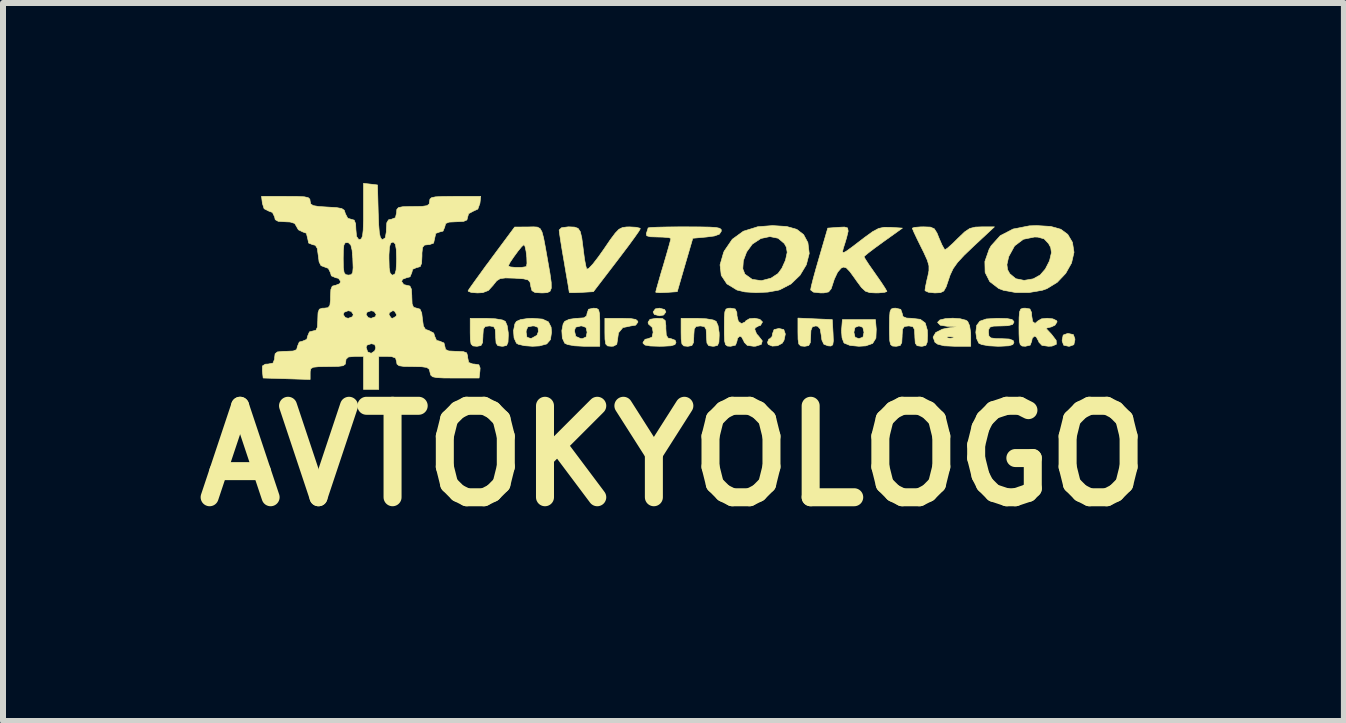
<source format=kicad_pcb>
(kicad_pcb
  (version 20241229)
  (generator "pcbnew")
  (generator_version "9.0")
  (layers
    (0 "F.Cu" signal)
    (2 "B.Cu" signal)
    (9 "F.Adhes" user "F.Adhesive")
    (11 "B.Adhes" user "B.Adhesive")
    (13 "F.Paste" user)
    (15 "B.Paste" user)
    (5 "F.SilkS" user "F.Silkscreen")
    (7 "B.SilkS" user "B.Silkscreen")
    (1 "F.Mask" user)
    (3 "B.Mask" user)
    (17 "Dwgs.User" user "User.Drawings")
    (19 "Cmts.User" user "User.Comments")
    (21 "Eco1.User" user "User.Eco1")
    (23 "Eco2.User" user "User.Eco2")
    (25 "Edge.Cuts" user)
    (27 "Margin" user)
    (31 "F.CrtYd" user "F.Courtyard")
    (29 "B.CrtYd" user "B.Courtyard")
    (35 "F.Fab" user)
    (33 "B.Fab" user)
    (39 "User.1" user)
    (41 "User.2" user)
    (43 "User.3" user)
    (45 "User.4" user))
  (footprint "AVTOKYOLOGO"
    (layer "F.Cu")
    (at 8.172 1.746)
    (property "Reference" "AVTOKYOLOGO" (at 0 2.8 0) (layer "F.SilkS") (effects (font (size 1.524 1.524) (thickness 0.3))))
    (attr through_hole)
    (fp_poly (pts (xy -0.148 0.361) (xy -0.127 0.402) (xy -0.164 0.453) (xy -0.233 0.466) (xy -0.318 0.444) (xy -0.339 0.402) (xy -0.302 0.351) (xy -0.233 0.339) (xy -0.148 0.361)) (stroke (width 0.01) (type solid)) (fill yes) (layer "F.SilkS"))
    (fp_poly (pts (xy 6.663 0.779) (xy 6.688 0.848) (xy 6.689 0.868) (xy 6.671 0.948) (xy 6.602 0.973) (xy 6.583 0.974) (xy 6.502 0.956) (xy 6.477 0.887) (xy 6.477 0.868) (xy 6.494 0.787) (xy 6.563 0.762) (xy 6.583 0.762) (xy 6.663 0.779)) (stroke (width 0.01) (type solid)) (fill yes) (layer "F.SilkS"))
    (fp_poly (pts (xy 1.838 0.696) (xy 1.862 0.764) (xy 1.863 0.775) (xy 1.842 0.874) (xy 1.812 0.923) (xy 1.734 0.965) (xy 1.646 0.971) (xy 1.58 0.944) (xy 1.566 0.91) (xy 1.589 0.854) (xy 1.609 0.847) (xy 1.643 0.811) (xy 1.651 0.762) (xy 1.676 0.696) (xy 1.757 0.677) (xy 1.838 0.696)) (stroke (width 0.01) (type solid)) (fill yes) (layer "F.SilkS"))
    (fp_poly (pts (xy -0.713 0.512) (xy -0.628 0.527) (xy -0.595 0.557) (xy -0.593 0.572) (xy -0.63 0.622) (xy -0.711 0.635) (xy -0.844 0.663) (xy -0.916 0.75) (xy -0.931 0.855) (xy -0.945 0.942) (xy -1 0.972) (xy -1.037 0.974) (xy -1.098 0.968) (xy -1.129 0.936) (xy -1.141 0.857) (xy -1.143 0.741) (xy -1.143 0.508) (xy -0.868 0.508) (xy -0.713 0.512)) (stroke (width 0.01) (type solid)) (fill yes) (layer "F.SilkS"))
    (fp_poly (pts (xy 3.379 0.691) (xy 3.373 0.838) (xy 3.319 0.926) (xy 3.205 0.967) (xy 3.09 0.974) (xy 2.942 0.96) (xy 2.849 0.923) (xy 2.839 0.913) (xy 2.809 0.833) (xy 2.802 0.741) (xy 3.006 0.741) (xy 3.026 0.824) (xy 3.09 0.847) (xy 3.157 0.822) (xy 3.175 0.741) (xy 3.155 0.658) (xy 3.09 0.635) (xy 3.024 0.66) (xy 3.006 0.741) (xy 2.802 0.741) (xy 2.8 0.714) (xy 2.802 0.691) (xy 2.815 0.529) (xy 3.365 0.529) (xy 3.379 0.691)) (stroke (width 0.01) (type solid)) (fill yes) (layer "F.SilkS"))
    (fp_poly (pts (xy 2.36 0.517) (xy 2.646 0.529) (xy 2.659 0.755) (xy 2.664 0.885) (xy 2.654 0.95) (xy 2.622 0.97) (xy 2.574 0.966) (xy 2.506 0.94) (xy 2.473 0.87) (xy 2.463 0.794) (xy 2.444 0.685) (xy 2.403 0.64) (xy 2.368 0.635) (xy 2.314 0.65) (xy 2.29 0.71) (xy 2.286 0.804) (xy 2.28 0.913) (xy 2.253 0.962) (xy 2.189 0.974) (xy 2.18 0.974) (xy 2.12 0.968) (xy 2.088 0.936) (xy 2.076 0.858) (xy 2.074 0.739) (xy 2.074 0.504) (xy 2.36 0.517)) (stroke (width 0.01) (type solid)) (fill yes) (layer "F.SilkS"))
    (fp_poly (pts (xy -0.18 0.513) (xy -0.138 0.545) (xy -0.127 0.627) (xy -0.127 0.677) (xy -0.12 0.788) (xy -0.091 0.837) (xy -0.042 0.847) (xy 0.027 0.873) (xy 0.042 0.91) (xy 0.024 0.946) (xy -0.042 0.966) (xy -0.17 0.973) (xy -0.233 0.974) (xy -0.387 0.969) (xy -0.473 0.954) (xy -0.506 0.925) (xy -0.508 0.91) (xy -0.473 0.858) (xy -0.423 0.847) (xy -0.357 0.822) (xy -0.339 0.741) (xy -0.353 0.661) (xy -0.381 0.635) (xy -0.419 0.601) (xy -0.423 0.572) (xy -0.391 0.525) (xy -0.289 0.508) (xy -0.275 0.508) (xy -0.18 0.513)) (stroke (width 0.01) (type solid)) (fill yes) (layer "F.SilkS"))
    (fp_poly (pts (xy -2.967 0.516) (xy -2.85 0.536) (xy -2.802 0.559) (xy -2.771 0.631) (xy -2.753 0.748) (xy -2.752 0.792) (xy -2.757 0.906) (xy -2.78 0.959) (xy -2.836 0.973) (xy -2.857 0.974) (xy -2.926 0.964) (xy -2.956 0.921) (xy -2.963 0.819) (xy -2.963 0.804) (xy -2.969 0.695) (xy -2.996 0.647) (xy -3.06 0.635) (xy -3.069 0.635) (xy -3.137 0.644) (xy -3.168 0.688) (xy -3.175 0.79) (xy -3.175 0.804) (xy -3.181 0.913) (xy -3.208 0.962) (xy -3.272 0.974) (xy -3.281 0.974) (xy -3.341 0.968) (xy -3.373 0.936) (xy -3.385 0.857) (xy -3.387 0.741) (xy -3.387 0.508) (xy -3.12 0.508) (xy -2.967 0.516)) (stroke (width 0.01) (type solid)) (fill yes) (layer "F.SilkS"))
    (fp_poly (pts (xy -2.183 0.521) (xy -2.084 0.567) (xy -2.039 0.655) (xy -2.032 0.741) (xy -2.05 0.863) (xy -2.112 0.935) (xy -2.233 0.968) (xy -2.349 0.974) (xy -2.484 0.964) (xy -2.586 0.94) (xy -2.616 0.923) (xy -2.656 0.836) (xy -2.663 0.744) (xy -2.455 0.744) (xy -2.442 0.823) (xy -2.386 0.842) (xy -2.36 0.839) (xy -2.275 0.791) (xy -2.251 0.73) (xy -2.257 0.659) (xy -2.317 0.636) (xy -2.347 0.635) (xy -2.428 0.651) (xy -2.455 0.717) (xy -2.455 0.744) (xy -2.663 0.744) (xy -2.665 0.714) (xy -2.643 0.601) (xy -2.616 0.559) (xy -2.547 0.529) (xy -2.426 0.511) (xy -2.349 0.508) (xy -2.183 0.521)) (stroke (width 0.01) (type solid)) (fill yes) (layer "F.SilkS"))
    (fp_poly (pts (xy 0.547 0.516) (xy 0.663 0.536) (xy 0.711 0.559) (xy 0.743 0.631) (xy 0.761 0.748) (xy 0.762 0.792) (xy 0.757 0.906) (xy 0.734 0.959) (xy 0.678 0.973) (xy 0.656 0.974) (xy 0.588 0.964) (xy 0.558 0.921) (xy 0.55 0.819) (xy 0.55 0.804) (xy 0.545 0.695) (xy 0.517 0.647) (xy 0.454 0.635) (xy 0.445 0.635) (xy 0.376 0.644) (xy 0.346 0.688) (xy 0.339 0.79) (xy 0.339 0.804) (xy 0.333 0.913) (xy 0.306 0.962) (xy 0.242 0.974) (xy 0.233 0.974) (xy 0.172 0.968) (xy 0.141 0.936) (xy 0.129 0.857) (xy 0.127 0.741) (xy 0.127 0.508) (xy 0.394 0.508) (xy 0.547 0.516)) (stroke (width 0.01) (type solid)) (fill yes) (layer "F.SilkS"))
    (fp_poly (pts (xy 4.777 0.515) (xy 4.873 0.54) (xy 4.902 0.559) (xy 4.934 0.631) (xy 4.952 0.748) (xy 4.953 0.792) (xy 4.953 0.974) (xy 4.683 0.974) (xy 4.509 0.966) (xy 4.402 0.939) (xy 4.357 0.907) (xy 4.331 0.834) (xy 4.556 0.834) (xy 4.614 0.84) (xy 4.674 0.833) (xy 4.667 0.819) (xy 4.581 0.813) (xy 4.561 0.819) (xy 4.556 0.834) (xy 4.331 0.834) (xy 4.326 0.821) (xy 4.37 0.745) (xy 4.481 0.689) (xy 4.555 0.673) (xy 4.72 0.647) (xy 4.561 0.641) (xy 4.446 0.623) (xy 4.403 0.579) (xy 4.403 0.572) (xy 4.44 0.535) (xy 4.533 0.513) (xy 4.655 0.506) (xy 4.777 0.515)) (stroke (width 0.01) (type solid)) (fill yes) (layer "F.SilkS"))
    (fp_poly (pts (xy 5.558 0.512) (xy 5.641 0.528) (xy 5.671 0.56) (xy 5.673 0.572) (xy 5.65 0.611) (xy 5.572 0.631) (xy 5.461 0.635) (xy 5.335 0.638) (xy 5.273 0.656) (xy 5.251 0.698) (xy 5.249 0.741) (xy 5.256 0.804) (xy 5.291 0.835) (xy 5.376 0.846) (xy 5.461 0.847) (xy 5.594 0.853) (xy 5.659 0.877) (xy 5.673 0.91) (xy 5.654 0.946) (xy 5.587 0.966) (xy 5.456 0.973) (xy 5.406 0.974) (xy 5.253 0.966) (xy 5.136 0.945) (xy 5.088 0.923) (xy 5.052 0.846) (xy 5.038 0.741) (xy 5.052 0.626) (xy 5.105 0.556) (xy 5.211 0.519) (xy 5.384 0.508) (xy 5.406 0.508) (xy 5.558 0.512)) (stroke (width 0.01) (type solid)) (fill yes) (layer "F.SilkS"))
    (fp_poly (pts (xy -1.28 0.343) (xy -1.248 0.366) (xy -1.233 0.428) (xy -1.228 0.545) (xy -1.228 0.656) (xy -1.228 0.974) (xy -1.494 0.974) (xy -1.648 0.966) (xy -1.764 0.945) (xy -1.812 0.923) (xy -1.852 0.836) (xy -1.86 0.714) (xy -1.86 0.713) (xy -1.651 0.713) (xy -1.628 0.809) (xy -1.548 0.845) (xy -1.517 0.847) (xy -1.455 0.818) (xy -1.439 0.741) (xy -1.457 0.66) (xy -1.526 0.635) (xy -1.545 0.635) (xy -1.63 0.656) (xy -1.651 0.713) (xy -1.86 0.713) (xy -1.838 0.601) (xy -1.812 0.559) (xy -1.738 0.525) (xy -1.623 0.508) (xy -1.6 0.508) (xy -1.493 0.5) (xy -1.447 0.468) (xy -1.439 0.423) (xy -1.415 0.357) (xy -1.333 0.339) (xy -1.28 0.343)) (stroke (width 0.01) (type solid)) (fill yes) (layer "F.SilkS"))
    (fp_poly (pts (xy 5.939 0.352) (xy 5.966 0.41) (xy 5.969 0.466) (xy 5.985 0.562) (xy 6.025 0.593) (xy 6.075 0.55) (xy 6.132 0.517) (xy 6.226 0.507) (xy 6.321 0.517) (xy 6.384 0.547) (xy 6.392 0.567) (xy 6.357 0.622) (xy 6.299 0.65) (xy 6.205 0.674) (xy 6.299 0.774) (xy 6.377 0.876) (xy 6.38 0.941) (xy 6.307 0.971) (xy 6.249 0.974) (xy 6.14 0.959) (xy 6.09 0.907) (xy 6.084 0.889) (xy 6.046 0.82) (xy 6.015 0.804) (xy 5.978 0.84) (xy 5.969 0.889) (xy 5.944 0.955) (xy 5.863 0.974) (xy 5.809 0.97) (xy 5.778 0.946) (xy 5.763 0.885) (xy 5.758 0.768) (xy 5.757 0.656) (xy 5.759 0.495) (xy 5.767 0.4) (xy 5.787 0.354) (xy 5.826 0.34) (xy 5.863 0.339) (xy 5.939 0.352)) (stroke (width 0.01) (type solid)) (fill yes) (layer "F.SilkS"))
    (fp_poly (pts (xy 0.434 -1.015) (xy 0.602 -1.012) (xy 0.71 -1.005) (xy 0.77 -0.992) (xy 0.795 -0.972) (xy 0.797 -0.943) (xy 0.796 -0.942) (xy 0.765 -0.894) (xy 0.682 -0.864) (xy 0.552 -0.847) (xy 0.322 -0.826) (xy 0.192 -0.381) (xy 0.063 0.064) (xy -0.117 0.077) (xy -0.226 0.081) (xy -0.29 0.076) (xy -0.296 0.071) (xy -0.285 0.026) (xy -0.254 -0.083) (xy -0.21 -0.238) (xy -0.169 -0.374) (xy -0.117 -0.552) (xy -0.075 -0.699) (xy -0.049 -0.795) (xy -0.042 -0.824) (xy -0.08 -0.837) (xy -0.178 -0.845) (xy -0.259 -0.847) (xy -0.386 -0.851) (xy -0.445 -0.867) (xy -0.453 -0.902) (xy -0.449 -0.914) (xy -0.427 -0.981) (xy -0.423 -0.998) (xy -0.383 -1.005) (xy -0.274 -1.01) (xy -0.109 -1.014) (xy 0.096 -1.016) (xy 0.194 -1.016) (xy 0.434 -1.015)) (stroke (width 0.01) (type solid)) (fill yes) (layer "F.SilkS"))
    (fp_poly (pts (xy 3.787 0.359) (xy 3.81 0.423) (xy 3.825 0.48) (xy 3.885 0.504) (xy 3.971 0.508) (xy 4.113 0.525) (xy 4.195 0.586) (xy 4.23 0.705) (xy 4.233 0.792) (xy 4.228 0.906) (xy 4.205 0.959) (xy 4.149 0.973) (xy 4.128 0.974) (xy 4.059 0.964) (xy 4.029 0.921) (xy 4.022 0.819) (xy 4.022 0.804) (xy 4.016 0.695) (xy 3.989 0.647) (xy 3.925 0.635) (xy 3.916 0.635) (xy 3.848 0.644) (xy 3.817 0.688) (xy 3.81 0.79) (xy 3.81 0.804) (xy 3.804 0.913) (xy 3.777 0.962) (xy 3.713 0.974) (xy 3.704 0.974) (xy 3.65 0.97) (xy 3.619 0.946) (xy 3.604 0.885) (xy 3.599 0.768) (xy 3.598 0.656) (xy 3.6 0.495) (xy 3.608 0.4) (xy 3.628 0.354) (xy 3.667 0.34) (xy 3.704 0.339) (xy 3.787 0.359)) (stroke (width 0.01) (type solid)) (fill yes) (layer "F.SilkS"))
    (fp_poly (pts (xy 1.028 0.352) (xy 1.056 0.41) (xy 1.058 0.466) (xy 1.081 0.559) (xy 1.133 0.597) (xy 1.193 0.569) (xy 1.206 0.55) (xy 1.265 0.515) (xy 1.355 0.507) (xy 1.439 0.525) (xy 1.481 0.566) (xy 1.482 0.572) (xy 1.448 0.628) (xy 1.418 0.635) (xy 1.362 0.666) (xy 1.355 0.693) (xy 1.385 0.768) (xy 1.418 0.804) (xy 1.48 0.884) (xy 1.463 0.943) (xy 1.371 0.972) (xy 1.338 0.974) (xy 1.23 0.959) (xy 1.179 0.907) (xy 1.173 0.889) (xy 1.136 0.82) (xy 1.105 0.804) (xy 1.067 0.84) (xy 1.058 0.889) (xy 1.034 0.955) (xy 0.953 0.974) (xy 0.899 0.97) (xy 0.867 0.946) (xy 0.852 0.885) (xy 0.847 0.768) (xy 0.847 0.656) (xy 0.848 0.495) (xy 0.856 0.4) (xy 0.876 0.354) (xy 0.915 0.34) (xy 0.953 0.339) (xy 1.028 0.352)) (stroke (width 0.01) (type solid)) (fill yes) (layer "F.SilkS"))
    (fp_poly (pts (xy -1.649 -1.012) (xy -1.59 -0.991) (xy -1.553 -0.937) (xy -1.528 -0.833) (xy -1.506 -0.664) (xy -1.5 -0.614) (xy -1.481 -0.47) (xy -1.459 -0.358) (xy -1.445 -0.311) (xy -1.412 -0.323) (xy -1.343 -0.396) (xy -1.249 -0.518) (xy -1.164 -0.638) (xy -1.051 -0.804) (xy -0.97 -0.912) (xy -0.909 -0.975) (xy -0.851 -1.004) (xy -0.784 -1.014) (xy -0.73 -1.015) (xy -0.621 -1.009) (xy -0.558 -0.993) (xy -0.553 -0.984) (xy -0.578 -0.941) (xy -0.646 -0.844) (xy -0.748 -0.704) (xy -0.875 -0.536) (xy -0.944 -0.445) (xy -1.334 0.064) (xy -1.535 0.076) (xy -1.652 0.081) (xy -1.724 0.08) (xy -1.736 0.076) (xy -1.743 0.032) (xy -1.761 -0.079) (xy -1.789 -0.239) (xy -1.82 -0.423) (xy -1.854 -0.62) (xy -1.881 -0.788) (xy -1.899 -0.91) (xy -1.905 -0.963) (xy -1.866 -1.001) (xy -1.755 -1.016) (xy -1.739 -1.016) (xy -1.649 -1.012)) (stroke (width 0.01) (type solid)) (fill yes) (layer "F.SilkS"))
    (fp_poly (pts (xy 5.004 -0.696) (xy 4.843 -0.542) (xy 4.733 -0.423) (xy 4.66 -0.32) (xy 4.61 -0.214) (xy 4.587 -0.146) (xy 4.543 -0.016) (xy 4.504 0.053) (xy 4.449 0.08) (xy 4.359 0.085) (xy 4.353 0.085) (xy 4.249 0.074) (xy 4.194 0.049) (xy 4.191 0.04) (xy 4.201 -0.026) (xy 4.225 -0.139) (xy 4.237 -0.187) (xy 4.257 -0.285) (xy 4.257 -0.367) (xy 4.23 -0.46) (xy 4.171 -0.59) (xy 4.131 -0.67) (xy 4.06 -0.814) (xy 4.007 -0.926) (xy 3.981 -0.988) (xy 3.979 -0.994) (xy 4.017 -1.007) (xy 4.113 -1.015) (xy 4.166 -1.016) (xy 4.281 -1.012) (xy 4.346 -0.984) (xy 4.391 -0.913) (xy 4.426 -0.826) (xy 4.474 -0.715) (xy 4.513 -0.646) (xy 4.527 -0.635) (xy 4.568 -0.663) (xy 4.65 -0.736) (xy 4.741 -0.826) (xy 4.852 -0.932) (xy 4.937 -0.989) (xy 5.029 -1.012) (xy 5.138 -1.016) (xy 5.348 -1.016) (xy 5.004 -0.696)) (stroke (width 0.01) (type solid)) (fill yes) (layer "F.SilkS"))
    (fp_poly (pts (xy 1.887 -1.022) (xy 2.055 -0.974) (xy 2.168 -0.887) (xy 2.24 -0.753) (xy 2.24 -0.753) (xy 2.262 -0.572) (xy 2.214 -0.385) (xy 2.108 -0.209) (xy 1.957 -0.064) (xy 1.772 0.032) (xy 1.745 0.04) (xy 1.572 0.071) (xy 1.374 0.08) (xy 1.189 0.068) (xy 1.059 0.037) (xy 0.89 -0.066) (xy 0.796 -0.208) (xy 0.784 -0.317) (xy 1.155 -0.317) (xy 1.19 -0.228) (xy 1.312 -0.141) (xy 1.465 -0.119) (xy 1.625 -0.161) (xy 1.742 -0.238) (xy 1.806 -0.326) (xy 1.862 -0.45) (xy 1.869 -0.471) (xy 1.895 -0.591) (xy 1.881 -0.678) (xy 1.847 -0.739) (xy 1.744 -0.826) (xy 1.606 -0.854) (xy 1.456 -0.822) (xy 1.318 -0.731) (xy 1.312 -0.726) (xy 1.219 -0.598) (xy 1.164 -0.452) (xy 1.155 -0.317) (xy 0.784 -0.317) (xy 0.776 -0.383) (xy 0.835 -0.588) (xy 0.846 -0.613) (xy 0.98 -0.809) (xy 1.164 -0.943) (xy 1.404 -1.018) (xy 1.651 -1.037) (xy 1.887 -1.022)) (stroke (width 0.01) (type solid)) (fill yes) (layer "F.SilkS"))
    (fp_poly (pts (xy 6.287 -1.023) (xy 6.454 -0.976) (xy 6.57 -0.89) (xy 6.648 -0.758) (xy 6.674 -0.592) (xy 6.633 -0.414) (xy 6.536 -0.241) (xy 6.395 -0.092) (xy 6.222 0.014) (xy 6.148 0.04) (xy 5.928 0.078) (xy 5.701 0.078) (xy 5.501 0.042) (xy 5.419 0.011) (xy 5.27 -0.104) (xy 5.193 -0.257) (xy 5.19 -0.387) (xy 5.556 -0.387) (xy 5.567 -0.302) (xy 5.604 -0.235) (xy 5.704 -0.152) (xy 5.843 -0.124) (xy 5.995 -0.15) (xy 6.11 -0.214) (xy 6.196 -0.313) (xy 6.263 -0.444) (xy 6.27 -0.466) (xy 6.298 -0.586) (xy 6.286 -0.672) (xy 6.249 -0.739) (xy 6.176 -0.816) (xy 6.073 -0.845) (xy 6.016 -0.847) (xy 5.83 -0.809) (xy 5.684 -0.699) (xy 5.589 -0.526) (xy 5.583 -0.508) (xy 5.556 -0.387) (xy 5.19 -0.387) (xy 5.189 -0.439) (xy 5.26 -0.642) (xy 5.293 -0.7) (xy 5.445 -0.869) (xy 5.659 -0.98) (xy 5.931 -1.033) (xy 6.054 -1.037) (xy 6.287 -1.023)) (stroke (width 0.01) (type solid)) (fill yes) (layer "F.SilkS"))
    (fp_poly (pts (xy 2.901 -0.998) (xy 2.911 -0.945) (xy 2.885 -0.837) (xy 2.859 -0.75) (xy 2.83 -0.659) (xy 2.817 -0.602) (xy 2.828 -0.584) (xy 2.875 -0.607) (xy 2.967 -0.673) (xy 3.114 -0.785) (xy 3.184 -0.839) (xy 3.318 -0.936) (xy 3.417 -0.989) (xy 3.509 -1.009) (xy 3.619 -1.008) (xy 3.815 -0.995) (xy 3.495 -0.766) (xy 3.356 -0.665) (xy 3.247 -0.582) (xy 3.184 -0.529) (xy 3.175 -0.518) (xy 3.198 -0.476) (xy 3.258 -0.384) (xy 3.345 -0.26) (xy 3.365 -0.231) (xy 3.456 -0.101) (xy 3.523 0.001) (xy 3.555 0.056) (xy 3.556 0.061) (xy 3.518 0.075) (xy 3.423 0.084) (xy 3.373 0.085) (xy 3.271 0.08) (xy 3.199 0.056) (xy 3.133 -0.005) (xy 3.05 -0.117) (xy 3.03 -0.146) (xy 2.941 -0.269) (xy 2.881 -0.332) (xy 2.834 -0.346) (xy 2.793 -0.328) (xy 2.734 -0.259) (xy 2.68 -0.144) (xy 2.665 -0.098) (xy 2.628 0.015) (xy 2.585 0.068) (xy 2.508 0.084) (xy 2.45 0.085) (xy 2.333 0.072) (xy 2.286 0.036) (xy 2.286 0.031) (xy 2.297 -0.028) (xy 2.328 -0.151) (xy 2.374 -0.318) (xy 2.429 -0.508) (xy 2.571 -0.995) (xy 2.746 -1.008) (xy 2.849 -1.013) (xy 2.901 -0.998)) (stroke (width 0.01) (type solid)) (fill yes) (layer "F.SilkS"))
    (fp_poly (pts (xy -2.268 -1.012) (xy -2.223 -0.988) (xy -2.191 -0.932) (xy -2.164 -0.831) (xy -2.134 -0.672) (xy -2.097 -0.462) (xy -2.058 -0.24) (xy -2.037 -0.088) (xy -2.036 0.007) (xy -2.058 0.059) (xy -2.104 0.08) (xy -2.179 0.085) (xy -2.199 0.085) (xy -2.307 0.078) (xy -2.358 0.047) (xy -2.378 -0.025) (xy -2.378 -0.032) (xy -2.391 -0.096) (xy -2.424 -0.132) (xy -2.498 -0.15) (xy -2.635 -0.16) (xy -2.652 -0.161) (xy -2.798 -0.165) (xy -2.887 -0.154) (xy -2.945 -0.118) (xy -3.001 -0.049) (xy -3.004 -0.044) (xy -3.084 0.044) (xy -3.178 0.08) (xy -3.266 0.085) (xy -3.369 0.077) (xy -3.42 0.057) (xy -3.422 0.049) (xy -3.393 0.004) (xy -3.322 -0.096) (xy -3.219 -0.238) (xy -3.128 -0.364) (xy -2.752 -0.364) (xy -2.716 -0.348) (xy -2.631 -0.34) (xy -2.535 -0.34) (xy -2.464 -0.351) (xy -2.45 -0.358) (xy -2.441 -0.408) (xy -2.444 -0.503) (xy -2.456 -0.608) (xy -2.474 -0.691) (xy -2.492 -0.719) (xy -2.529 -0.687) (xy -2.592 -0.61) (xy -2.663 -0.513) (xy -2.723 -0.424) (xy -2.751 -0.367) (xy -2.752 -0.364) (xy -3.128 -0.364) (xy -3.093 -0.41) (xy -3.027 -0.5) (xy -2.646 -1.013) (xy -2.424 -1.014) (xy -2.332 -1.016) (xy -2.268 -1.012)) (stroke (width 0.01) (type solid)) (fill yes) (layer "F.SilkS"))
    (fp_poly (pts (xy -5.048 -1.728) (xy -4.932 -1.714) (xy -4.92 -1.259) (xy -4.912 -1.052) (xy -4.901 -0.916) (xy -4.884 -0.839) (xy -4.859 -0.807) (xy -4.846 -0.804) (xy -4.802 -0.834) (xy -4.785 -0.931) (xy -4.784 -0.974) (xy -4.777 -1.084) (xy -4.748 -1.133) (xy -4.699 -1.143) (xy -4.633 -1.168) (xy -4.614 -1.249) (xy -4.61 -1.306) (xy -4.582 -1.337) (xy -4.514 -1.351) (xy -4.384 -1.355) (xy -4.339 -1.355) (xy -4.19 -1.357) (xy -4.107 -1.369) (xy -4.071 -1.396) (xy -4.064 -1.439) (xy -4.058 -1.478) (xy -4.031 -1.502) (xy -3.966 -1.516) (xy -3.849 -1.522) (xy -3.665 -1.524) (xy -3.638 -1.524) (xy -3.212 -1.524) (xy -3.225 -1.408) (xy -3.26 -1.312) (xy -3.334 -1.278) (xy -3.413 -1.236) (xy -3.429 -1.182) (xy -3.442 -1.131) (xy -3.497 -1.107) (xy -3.614 -1.101) (xy -3.619 -1.101) (xy -3.739 -1.095) (xy -3.795 -1.072) (xy -3.81 -1.022) (xy -3.81 -1.016) (xy -3.84 -0.945) (xy -3.895 -0.931) (xy -3.961 -0.907) (xy -3.979 -0.826) (xy -3.997 -0.745) (xy -4.066 -0.72) (xy -4.085 -0.72) (xy -4.15 -0.712) (xy -4.181 -0.673) (xy -4.191 -0.581) (xy -4.191 -0.529) (xy -4.197 -0.41) (xy -4.22 -0.354) (xy -4.27 -0.339) (xy -4.276 -0.339) (xy -4.346 -0.309) (xy -4.36 -0.254) (xy -4.39 -0.183) (xy -4.445 -0.169) (xy -4.514 -0.143) (xy -4.53 -0.106) (xy -4.494 -0.054) (xy -4.445 -0.042) (xy -4.392 -0.03) (xy -4.367 0.022) (xy -4.36 0.134) (xy -4.36 0.148) (xy -4.355 0.268) (xy -4.331 0.324) (xy -4.281 0.339) (xy -4.278 0.339) (xy -4.224 0.355) (xy -4.195 0.419) (xy -4.183 0.519) (xy -4.167 0.636) (xy -4.132 0.693) (xy -4.075 0.712) (xy -3.995 0.754) (xy -3.979 0.807) (xy -3.948 0.876) (xy -3.895 0.889) (xy -3.824 0.919) (xy -3.81 0.974) (xy -3.798 1.027) (xy -3.746 1.052) (xy -3.633 1.058) (xy -3.619 1.058) (xy -3.502 1.063) (xy -3.446 1.084) (xy -3.43 1.136) (xy -3.429 1.164) (xy -3.412 1.244) (xy -3.345 1.269) (xy -3.32 1.27) (xy -3.243 1.282) (xy -3.222 1.336) (xy -3.225 1.386) (xy -3.239 1.503) (xy -3.641 1.503) (xy -3.827 1.502) (xy -3.946 1.496) (xy -4.013 1.482) (xy -4.044 1.455) (xy -4.056 1.413) (xy -4.056 1.408) (xy -4.071 1.356) (xy -4.11 1.327) (xy -4.193 1.315) (xy -4.34 1.312) (xy -4.342 1.312) (xy -4.49 1.31) (xy -4.572 1.298) (xy -4.607 1.271) (xy -4.614 1.228) (xy -4.631 1.169) (xy -4.696 1.146) (xy -4.763 1.143) (xy -4.911 1.143) (xy -4.911 1.693) (xy -5.165 1.693) (xy -5.165 1.143) (xy -5.313 1.143) (xy -5.415 1.152) (xy -5.456 1.189) (xy -5.461 1.228) (xy -5.469 1.272) (xy -5.505 1.298) (xy -5.587 1.309) (xy -5.734 1.312) (xy -5.757 1.312) (xy -5.912 1.314) (xy -6.001 1.323) (xy -6.042 1.346) (xy -6.053 1.39) (xy -6.054 1.42) (xy -6.054 1.527) (xy -6.837 1.503) (xy -6.85 1.386) (xy -6.849 1.302) (xy -6.801 1.272) (xy -6.755 1.27) (xy -6.673 1.254) (xy -6.647 1.188) (xy -6.646 1.164) (xy -6.638 1.099) (xy -6.6 1.068) (xy -6.507 1.059) (xy -6.456 1.058) (xy -6.337 1.053) (xy -6.28 1.03) (xy -6.268 0.988) (xy -5.122 0.988) (xy -5.096 1.068) (xy -5.037 1.091) (xy -4.98 1.053) (xy -4.96 1.002) (xy -4.978 0.944) (xy -5.035 0.931) (xy -5.105 0.954) (xy -5.122 0.988) (xy -6.268 0.988) (xy -6.265 0.98) (xy -6.265 0.974) (xy -6.235 0.903) (xy -6.181 0.889) (xy -6.11 0.859) (xy -6.096 0.804) (xy -6.066 0.734) (xy -6.011 0.72) (xy -5.958 0.707) (xy -5.933 0.655) (xy -5.927 0.543) (xy -5.927 0.529) (xy -5.924 0.445) (xy -5.503 0.445) (xy -5.468 0.496) (xy -5.419 0.508) (xy -5.35 0.482) (xy -5.334 0.445) (xy -5.122 0.445) (xy -5.087 0.496) (xy -5.038 0.508) (xy -4.969 0.482) (xy -4.953 0.445) (xy -4.741 0.445) (xy -4.707 0.501) (xy -4.678 0.508) (xy -4.622 0.474) (xy -4.614 0.445) (xy -4.648 0.388) (xy -4.678 0.381) (xy -4.734 0.415) (xy -4.741 0.445) (xy -4.953 0.445) (xy -4.988 0.393) (xy -5.038 0.381) (xy -5.107 0.407) (xy -5.122 0.445) (xy -5.334 0.445) (xy -5.369 0.393) (xy -5.419 0.381) (xy -5.488 0.407) (xy -5.503 0.445) (xy -5.924 0.445) (xy -5.922 0.412) (xy -5.901 0.356) (xy -5.849 0.339) (xy -5.821 0.339) (xy -5.756 0.331) (xy -5.725 0.292) (xy -5.715 0.2) (xy -5.715 0.148) (xy -5.709 0.029) (xy -5.686 -0.027) (xy -5.636 -0.042) (xy -5.63 -0.042) (xy -5.561 -0.069) (xy -5.546 -0.106) (xy -5.581 -0.158) (xy -5.63 -0.169) (xy -5.701 -0.2) (xy -5.715 -0.251) (xy -5.751 -0.324) (xy -5.81 -0.346) (xy -5.873 -0.37) (xy -5.905 -0.433) (xy -5.912 -0.49) (xy -5.503 -0.49) (xy -5.501 -0.34) (xy -5.489 -0.256) (xy -5.463 -0.22) (xy -5.417 -0.212) (xy -5.417 -0.212) (xy -5.37 -0.219) (xy -5.345 -0.254) (xy -5.338 -0.336) (xy -5.343 -0.476) (xy -5.343 -0.487) (xy -4.741 -0.487) (xy -4.737 -0.332) (xy -4.722 -0.247) (xy -4.692 -0.214) (xy -4.678 -0.212) (xy -4.642 -0.23) (xy -4.622 -0.296) (xy -4.615 -0.424) (xy -4.614 -0.487) (xy -4.619 -0.641) (xy -4.634 -0.727) (xy -4.663 -0.76) (xy -4.678 -0.762) (xy -4.713 -0.744) (xy -4.733 -0.678) (xy -4.741 -0.549) (xy -4.741 -0.487) (xy -5.343 -0.487) (xy -5.355 -0.627) (xy -5.376 -0.712) (xy -5.413 -0.749) (xy -5.429 -0.754) (xy -5.469 -0.751) (xy -5.492 -0.713) (xy -5.501 -0.621) (xy -5.503 -0.49) (xy -5.912 -0.49) (xy -5.919 -0.54) (xy -5.935 -0.656) (xy -5.967 -0.709) (xy -6.014 -0.72) (xy -6.079 -0.746) (xy -6.096 -0.826) (xy -6.117 -0.91) (xy -6.176 -0.931) (xy -6.25 -0.967) (xy -6.278 -1.016) (xy -6.311 -1.073) (xy -6.388 -1.097) (xy -6.473 -1.101) (xy -6.586 -1.108) (xy -6.636 -1.136) (xy -6.646 -1.182) (xy -6.682 -1.256) (xy -6.742 -1.278) (xy -6.821 -1.318) (xy -6.85 -1.408) (xy -6.864 -1.524) (xy -6.459 -1.524) (xy -6.271 -1.523) (xy -6.152 -1.517) (xy -6.087 -1.503) (xy -6.059 -1.477) (xy -6.054 -1.441) (xy -6.044 -1.397) (xy -6.002 -1.37) (xy -5.911 -1.355) (xy -5.768 -1.346) (xy -5.615 -1.337) (xy -5.527 -1.321) (xy -5.485 -1.292) (xy -5.469 -1.242) (xy -5.469 -1.238) (xy -5.427 -1.159) (xy -5.373 -1.143) (xy -5.32 -1.128) (xy -5.296 -1.067) (xy -5.292 -0.974) (xy -5.281 -0.856) (xy -5.246 -0.807) (xy -5.228 -0.804) (xy -5.2 -0.818) (xy -5.181 -0.866) (xy -5.17 -0.964) (xy -5.165 -1.124) (xy -5.165 -1.273) (xy -5.165 -1.741) (xy -5.048 -1.728)) (stroke (width 0.01) (type solid)) (fill yes) (layer "F.SilkS")))
  (gr_rect
    (start -3 -3)
    (end 19.343 8.964)
    (stroke (width 0.1) (type default))
    (fill no)
    (layer "Edge.Cuts")))
</source>
